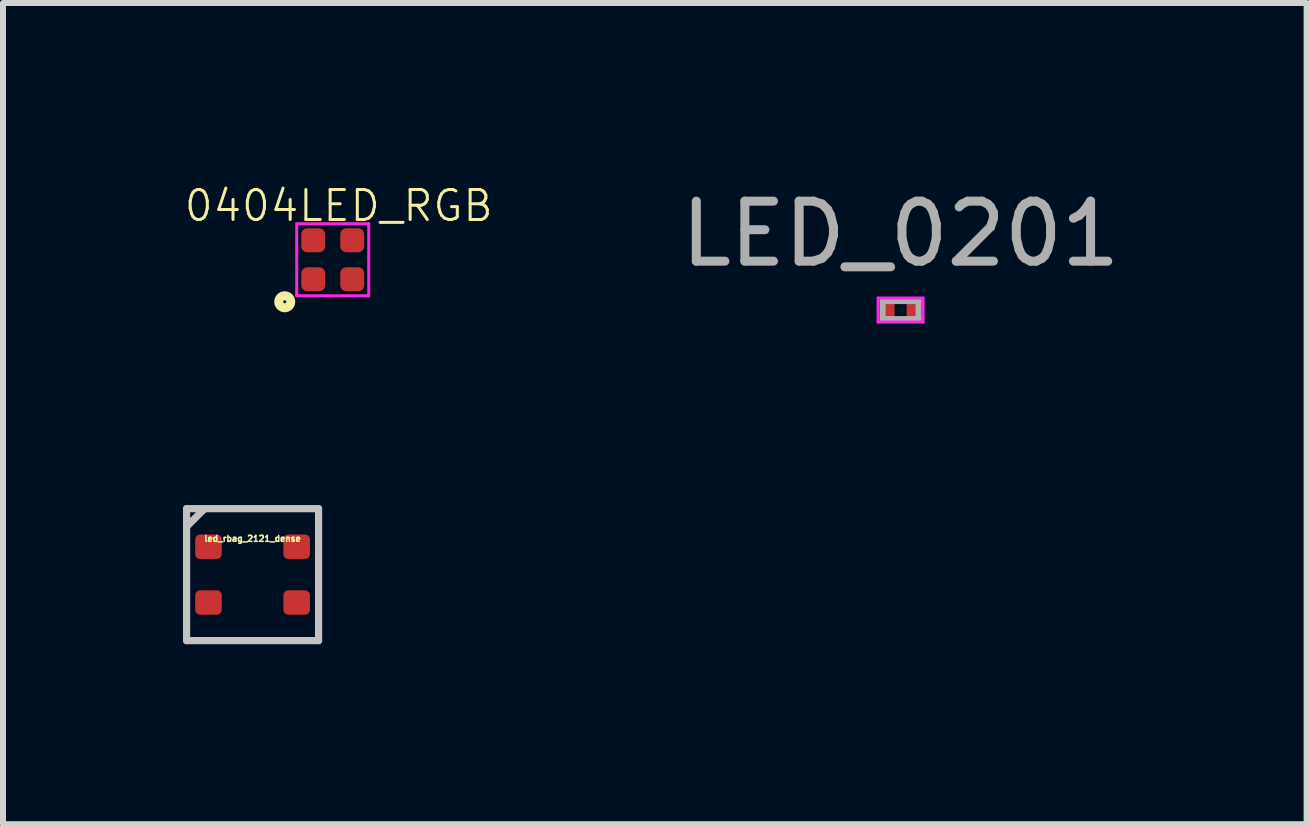
<source format=kicad_pcb>
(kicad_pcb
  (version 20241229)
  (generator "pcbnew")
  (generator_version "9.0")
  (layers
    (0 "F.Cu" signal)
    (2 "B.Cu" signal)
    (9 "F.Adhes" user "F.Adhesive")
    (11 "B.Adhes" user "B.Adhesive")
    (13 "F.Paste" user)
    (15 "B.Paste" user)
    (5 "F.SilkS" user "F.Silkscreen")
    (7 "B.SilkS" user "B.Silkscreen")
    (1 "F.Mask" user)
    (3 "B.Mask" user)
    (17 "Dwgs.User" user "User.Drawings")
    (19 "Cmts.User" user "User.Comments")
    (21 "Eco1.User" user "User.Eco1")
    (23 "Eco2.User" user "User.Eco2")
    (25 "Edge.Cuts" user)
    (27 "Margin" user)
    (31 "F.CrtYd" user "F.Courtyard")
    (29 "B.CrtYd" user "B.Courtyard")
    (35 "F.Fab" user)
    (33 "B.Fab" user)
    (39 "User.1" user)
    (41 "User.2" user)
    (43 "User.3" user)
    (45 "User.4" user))
  (footprint "0404LED_RGB"
    (layer "F.Cu")
    (at 2.496 1.28)
    (property "Reference" "0404LED_RGB" (at 0.1 -0.9 0) (layer "F.SilkS") (effects (font (size 0.5 0.5) (thickness 0.05))))
    (attr through_hole)
    (fp_circle (center -0.8 0.7) (end -0.7 0.7) (stroke (width 0.15) (type solid)) (fill no) (layer "F.SilkS"))
    (fp_line (start -0.6 -0.6) (end 0.6 -0.6) (stroke (width 0.05) (type solid)) (layer "F.CrtYd"))
    (fp_line (start -0.6 0.6) (end -0.6 -0.6) (stroke (width 0.05) (type solid)) (layer "F.CrtYd"))
    (fp_line (start 0.6 -0.6) (end 0.6 0.6) (stroke (width 0.05) (type solid)) (layer "F.CrtYd"))
    (fp_line (start 0.6 0.6) (end -0.6 0.6) (stroke (width 0.05) (type solid)) (layer "F.CrtYd"))
    (pad "1" smd roundrect (at -0.325 0.325 90) (size 0.4 0.4) (layers "F.Cu" "F.Mask" "F.Paste") (roundrect_rratio 0.25))
    (pad "2" smd roundrect (at -0.325 -0.325) (size 0.4 0.4) (layers "F.Cu" "F.Mask" "F.Paste") (roundrect_rratio 0.25))
    (pad "3" smd roundrect (at 0.325 -0.325 270) (size 0.4 0.4) (layers "F.Cu" "F.Mask" "F.Paste") (roundrect_rratio 0.25))
    (pad "4" smd roundrect (at 0.325 0.325 180) (size 0.4 0.4) (layers "F.Cu" "F.Mask" "F.Paste") (roundrect_rratio 0.25)))
  (footprint "led_rbag_2121_dense"
    (layer "F.Cu")
    (at 1.16 6.528)
    (property "Reference" "led_rbag_2121_dense" (at 0 -0.6 0) (layer "F.SilkS") (effects (font (size 0.1 0.1) (thickness 0.025))))
    (attr through_hole)
    (fp_line (start -1.1 -1.1) (end -1.1 1.1) (stroke (width 0.12) (type solid)) (layer "Dwgs.User"))
    (fp_line (start -1.1 -0.8) (end -0.8 -1.1) (stroke (width 0.12) (type solid)) (layer "Dwgs.User"))
    (fp_line (start -1.1 1.1) (end 1.1 1.1) (stroke (width 0.12) (type solid)) (layer "Dwgs.User"))
    (fp_line (start 1.1 -1.1) (end -1.1 -1.1) (stroke (width 0.12) (type solid)) (layer "Dwgs.User"))
    (fp_line (start 1.1 1.1) (end 1.1 -1.1) (stroke (width 0.12) (type solid)) (layer "Dwgs.User"))
    (pad "1" smd roundrect (at -0.735 -0.465) (size 0.443 0.406) (layers "F.Cu" "F.Mask" "F.Paste") (roundrect_rratio 0.197))
    (pad "2" smd roundrect (at 0.735 -0.465) (size 0.443 0.406) (layers "F.Cu" "F.Mask" "F.Paste") (roundrect_rratio 0.197))
    (pad "3" smd roundrect (at 0.735 0.465) (size 0.443 0.406) (layers "F.Cu" "F.Mask" "F.Paste") (roundrect_rratio 0.197))
    (pad "4" smd roundrect (at -0.735 0.465) (size 0.443 0.406) (layers "F.Cu" "F.Mask" "F.Paste") (roundrect_rratio 0.197)))
  (footprint "LED_0201"
    (layer "F.Cu")
    (at 11.961 2.118)
    (property "Reference" "LED_0201" (at 0 -1.27 0) (layer "F.SilkS") (effects (font (size 0.001 0.001) (thickness 0.15))))
    (attr smd)
    (fp_line (start -0.375 -0.2) (end -0.375 0.2) (stroke (width 0.05) (type solid)) (layer "F.CrtYd"))
    (fp_line (start -0.375 -0.2) (end 0.375 -0.2) (stroke (width 0.05) (type solid)) (layer "F.CrtYd"))
    (fp_line (start 0.375 0.2) (end -0.375 0.2) (stroke (width 0.05) (type solid)) (layer "F.CrtYd"))
    (fp_line (start 0.375 0.2) (end 0.375 -0.2) (stroke (width 0.05) (type solid)) (layer "F.CrtYd"))
    (fp_line (start -0.3 -0.15) (end 0.3 -0.15) (stroke (width 0.1) (type solid)) (layer "F.Fab"))
    (fp_line (start -0.3 0.15) (end -0.3 -0.15) (stroke (width 0.1) (type solid)) (layer "F.Fab"))
    (fp_line (start 0.3 -0.15) (end 0.3 0.15) (stroke (width 0.1) (type solid)) (layer "F.Fab"))
    (fp_line (start 0.3 0.15) (end -0.3 0.15) (stroke (width 0.1) (type solid)) (layer "F.Fab"))
    (fp_text user "${REFERENCE}" (at 0 -1.27 0) (layer "F.Fab") (effects (font (size 1 1) (thickness 0.15))))
    (pad "1" smd roundrect (at -0.2 0) (size 0.2 0.35) (layers "F.Cu" "F.Mask" "F.Paste") (roundrect_rratio 0.25))
    (pad "2" smd roundrect (at 0.2 0) (size 0.2 0.35) (layers "F.Cu" "F.Mask" "F.Paste") (roundrect_rratio 0.25)))
  (gr_rect
    (start -3 -3)
    (end 18.729 10.688)
    (stroke (width 0.1) (type default))
    (fill no)
    (layer "Edge.Cuts")))
</source>
